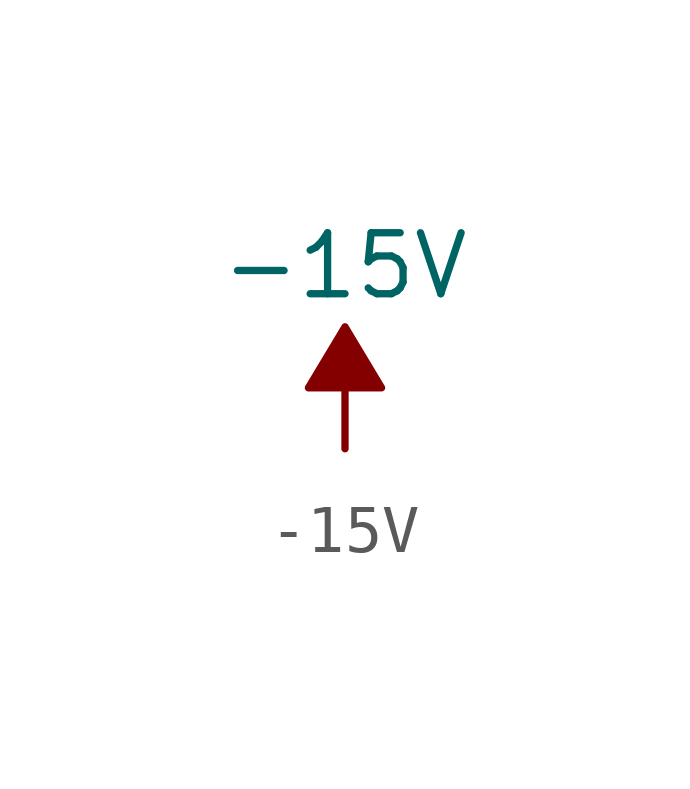
<source format=kicad_sym>
(kicad_symbol_lib
  (version 20220914)
  (generator kicad_symbol_editor)
  (symbol "-15V"
    (power)
    (pin_names
      (offset 0))
    (property "Reference" "#PWR"
      (at 0 2.54 0)
      (effects (font (size 1.27 1.27)) hide))
    (property "Value" "-15V"
      (at 0 3.81 0)
      (effects (font (size 1.27 1.27))))
    (symbol "-15V_0_0"
      (pin power_in line (at 0 0 90) (length 0) hide (name "-15V" (effects (font (size 1.27 1.27)))) (number "1" (effects (font (size 1.27 1.27))))))
    (symbol "-15V_0_1"
      (polyline (pts (xy 0 0) (xy 0 1.27) (xy 0.762 1.27) (xy 0 2.54) (xy -0.762 1.27) (xy 0 1.27)) (stroke (width 0) (type default)) (fill (type outline))))))
</source>
